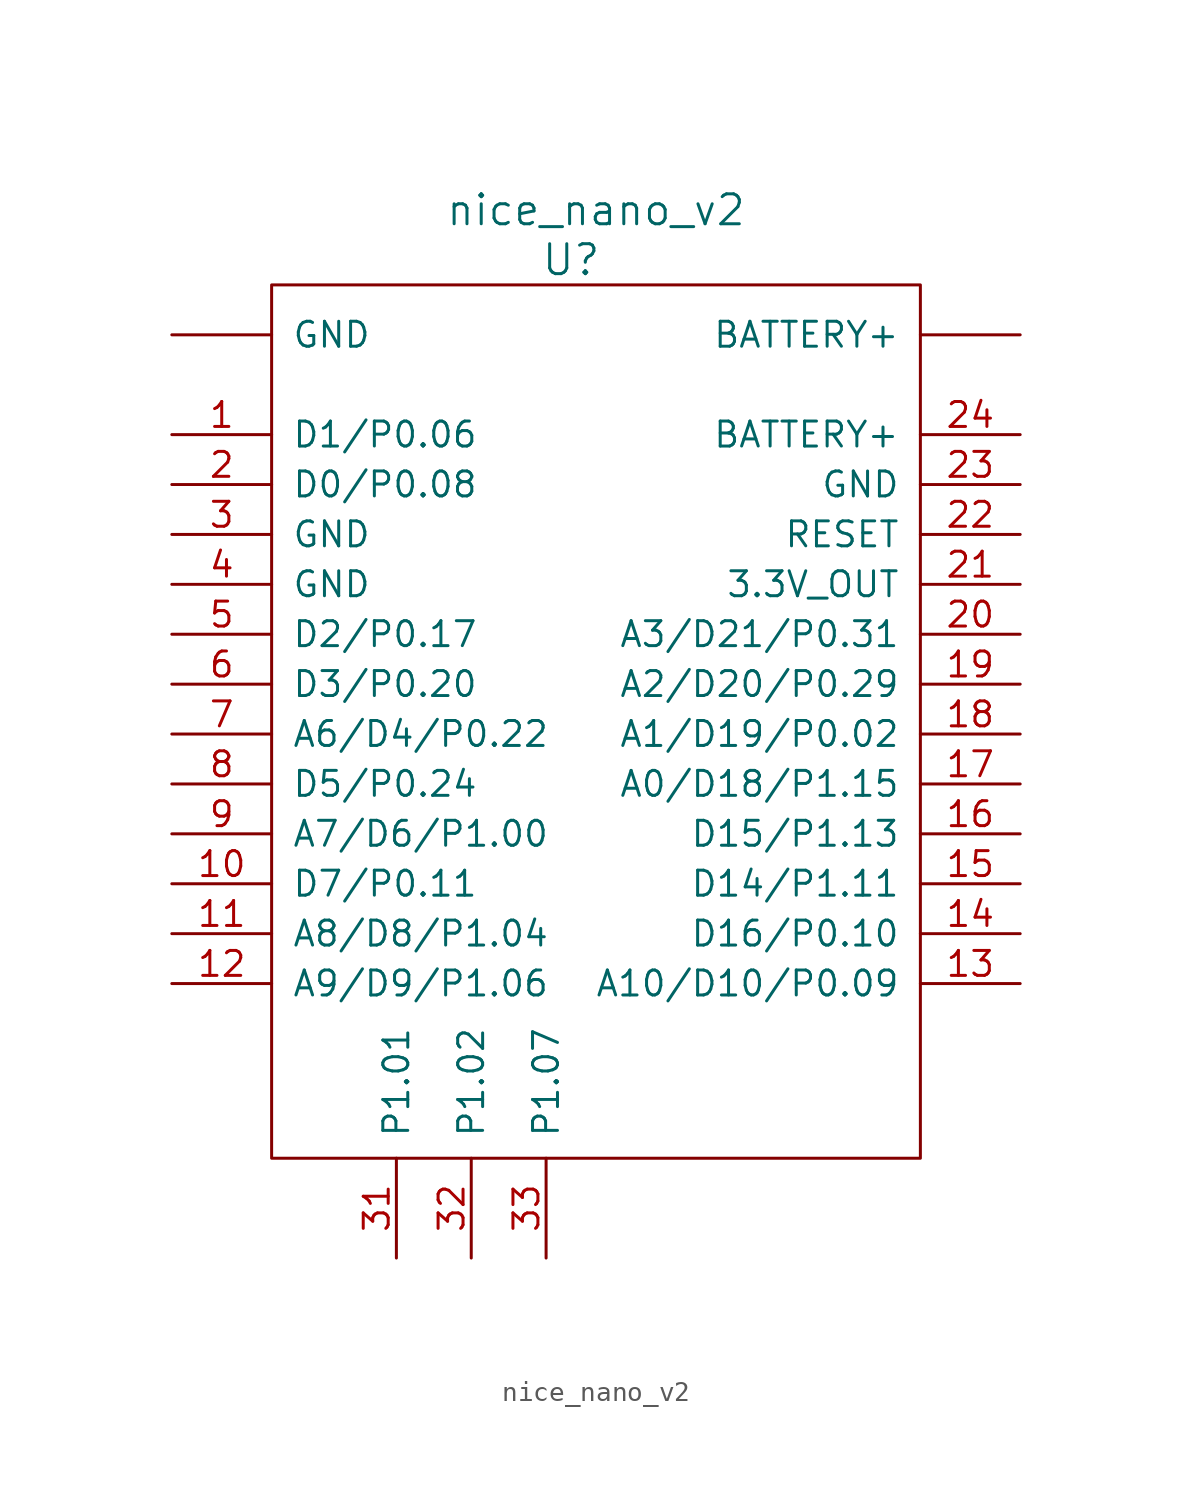
<source format=kicad_sym>
(kicad_symbol_lib
  (version 20211014)
  (generator kicad_symbol_editor)
  (symbol "nice_nano_v2"
    (pin_names
      (offset 1.016))
    (property "Reference" "U"
      (at -1.27 24.13 0)
      (effects (font (size 1.524 1.524))))
    (property "Value" "nice_nano_v2"
      (at 0 26.67 0)
      (effects (font (size 1.524 1.524))))
    (symbol "nice_nano_v2_0_1"
      (rectangle (start -16.51 22.86) (end 16.51 -21.59) (stroke (width 0) (type default) (color 0 0 0 0)) (fill (type none))))
    (symbol "nice_nano_v2_1_1"
      (pin power_in line (at 21.59 20.32 180) (length 5.08) (name "BATTERY+" (effects (font (size 1.27 1.27)))) (number "" (effects (font (size 1.27 1.27)))))
      (pin power_in line (at -21.59 20.32 0) (length 5.08) (name "GND" (effects (font (size 1.27 1.27)))) (number "" (effects (font (size 1.27 1.27)))))
      (pin bidirectional line (at -21.59 15.24 0) (length 5.08) (name "D1/P0.06" (effects (font (size 1.27 1.27)))) (number "1" (effects (font (size 1.27 1.27)))))
      (pin bidirectional line (at -21.59 -7.62 0) (length 5.08) (name "D7/P0.11" (effects (font (size 1.27 1.27)))) (number "10" (effects (font (size 1.27 1.27)))))
      (pin bidirectional line (at -21.59 -10.16 0) (length 5.08) (name "A8/D8/P1.04" (effects (font (size 1.27 1.27)))) (number "11" (effects (font (size 1.27 1.27)))))
      (pin bidirectional line (at -21.59 -12.7 0) (length 5.08) (name "A9/D9/P1.06" (effects (font (size 1.27 1.27)))) (number "12" (effects (font (size 1.27 1.27)))))
      (pin bidirectional line (at 21.59 -12.7 180) (length 5.08) (name "A10/D10/P0.09" (effects (font (size 1.27 1.27)))) (number "13" (effects (font (size 1.27 1.27)))))
      (pin bidirectional line (at 21.59 -10.16 180) (length 5.08) (name "D16/P0.10" (effects (font (size 1.27 1.27)))) (number "14" (effects (font (size 1.27 1.27)))))
      (pin bidirectional line (at 21.59 -7.62 180) (length 5.08) (name "D14/P1.11" (effects (font (size 1.27 1.27)))) (number "15" (effects (font (size 1.27 1.27)))))
      (pin bidirectional line (at 21.59 -5.08 180) (length 5.08) (name "D15/P1.13" (effects (font (size 1.27 1.27)))) (number "16" (effects (font (size 1.27 1.27)))))
      (pin bidirectional line (at 21.59 -2.54 180) (length 5.08) (name "A0/D18/P1.15" (effects (font (size 1.27 1.27)))) (number "17" (effects (font (size 1.27 1.27)))))
      (pin bidirectional line (at 21.59 0 180) (length 5.08) (name "A1/D19/P0.02" (effects (font (size 1.27 1.27)))) (number "18" (effects (font (size 1.27 1.27)))))
      (pin bidirectional line (at 21.59 2.54 180) (length 5.08) (name "A2/D20/P0.29" (effects (font (size 1.27 1.27)))) (number "19" (effects (font (size 1.27 1.27)))))
      (pin bidirectional line (at -21.59 12.7 0) (length 5.08) (name "D0/P0.08" (effects (font (size 1.27 1.27)))) (number "2" (effects (font (size 1.27 1.27)))))
      (pin bidirectional line (at 21.59 5.08 180) (length 5.08) (name "A3/D21/P0.31" (effects (font (size 1.27 1.27)))) (number "20" (effects (font (size 1.27 1.27)))))
      (pin power_out line (at 21.59 7.62 180) (length 5.08) (name "3.3V_OUT" (effects (font (size 1.27 1.27)))) (number "21" (effects (font (size 1.27 1.27)))))
      (pin power_in line (at 21.59 10.16 180) (length 5.08) (name "RESET" (effects (font (size 1.27 1.27)))) (number "22" (effects (font (size 1.27 1.27)))))
      (pin power_in line (at 21.59 12.7 180) (length 5.08) (name "GND" (effects (font (size 1.27 1.27)))) (number "23" (effects (font (size 1.27 1.27)))))
      (pin power_in line (at 21.59 15.24 180) (length 5.08) (name "BATTERY+" (effects (font (size 1.27 1.27)))) (number "24" (effects (font (size 1.27 1.27)))))
      (pin power_in line (at -21.59 10.16 0) (length 5.08) (name "GND" (effects (font (size 1.27 1.27)))) (number "3" (effects (font (size 1.27 1.27)))))
      (pin bidirectional line (at -10.16 -26.67 90) (length 5.08) (name "P1.01" (effects (font (size 1.27 1.27)))) (number "31" (effects (font (size 1.27 1.27)))))
      (pin bidirectional line (at -6.35 -26.67 90) (length 5.08) (name "P1.02" (effects (font (size 1.27 1.27)))) (number "32" (effects (font (size 1.27 1.27)))))
      (pin bidirectional line (at -2.54 -26.67 90) (length 5.08) (name "P1.07" (effects (font (size 1.27 1.27)))) (number "33" (effects (font (size 1.27 1.27)))))
      (pin power_in line (at -21.59 7.62 0) (length 5.08) (name "GND" (effects (font (size 1.27 1.27)))) (number "4" (effects (font (size 1.27 1.27)))))
      (pin bidirectional line (at -21.59 5.08 0) (length 5.08) (name "D2/P0.17" (effects (font (size 1.27 1.27)))) (number "5" (effects (font (size 1.27 1.27)))))
      (pin bidirectional line (at -21.59 2.54 0) (length 5.08) (name "D3/P0.20" (effects (font (size 1.27 1.27)))) (number "6" (effects (font (size 1.27 1.27)))))
      (pin bidirectional line (at -21.59 0 0) (length 5.08) (name "A6/D4/P0.22" (effects (font (size 1.27 1.27)))) (number "7" (effects (font (size 1.27 1.27)))))
      (pin bidirectional line (at -21.59 -2.54 0) (length 5.08) (name "D5/P0.24" (effects (font (size 1.27 1.27)))) (number "8" (effects (font (size 1.27 1.27)))))
      (pin bidirectional line (at -21.59 -5.08 0) (length 5.08) (name "A7/D6/P1.00" (effects (font (size 1.27 1.27)))) (number "9" (effects (font (size 1.27 1.27))))))))
</source>
